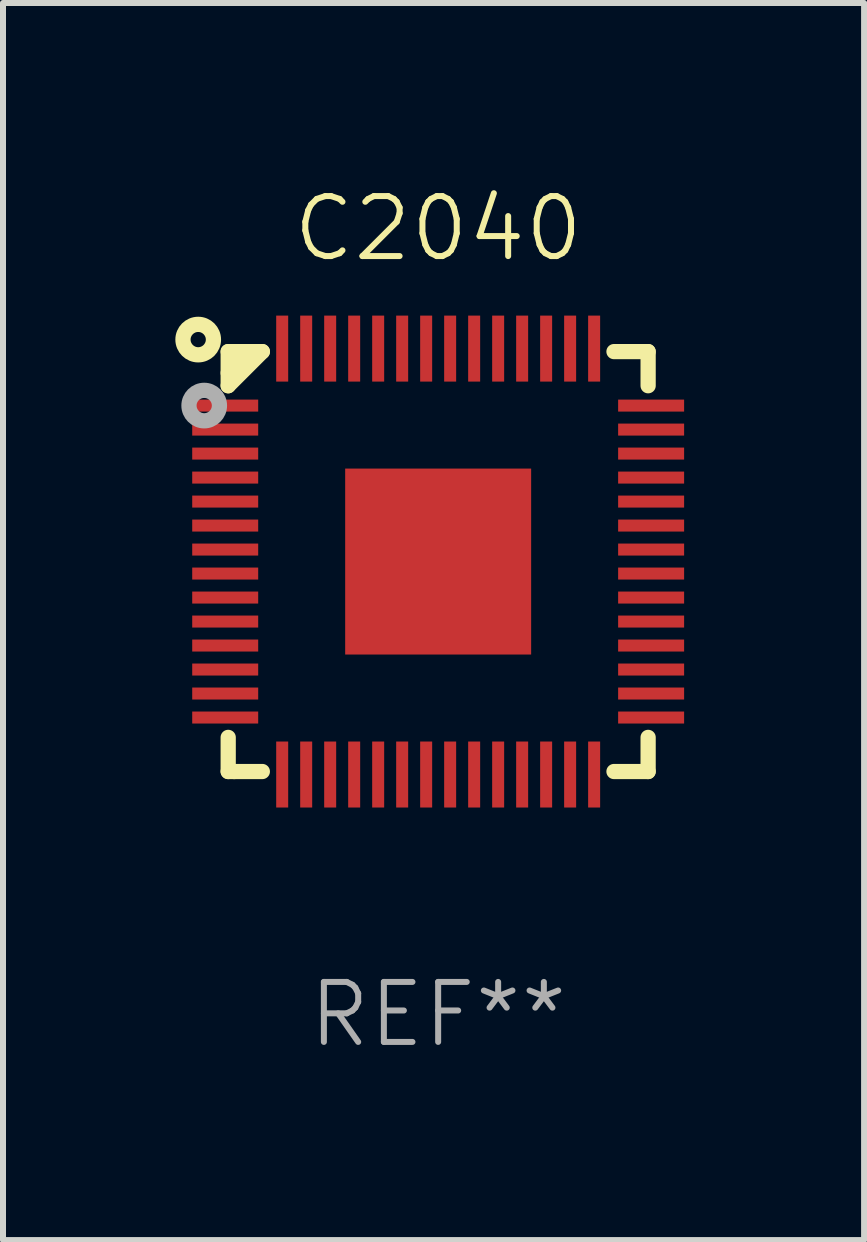
<source format=kicad_pcb>
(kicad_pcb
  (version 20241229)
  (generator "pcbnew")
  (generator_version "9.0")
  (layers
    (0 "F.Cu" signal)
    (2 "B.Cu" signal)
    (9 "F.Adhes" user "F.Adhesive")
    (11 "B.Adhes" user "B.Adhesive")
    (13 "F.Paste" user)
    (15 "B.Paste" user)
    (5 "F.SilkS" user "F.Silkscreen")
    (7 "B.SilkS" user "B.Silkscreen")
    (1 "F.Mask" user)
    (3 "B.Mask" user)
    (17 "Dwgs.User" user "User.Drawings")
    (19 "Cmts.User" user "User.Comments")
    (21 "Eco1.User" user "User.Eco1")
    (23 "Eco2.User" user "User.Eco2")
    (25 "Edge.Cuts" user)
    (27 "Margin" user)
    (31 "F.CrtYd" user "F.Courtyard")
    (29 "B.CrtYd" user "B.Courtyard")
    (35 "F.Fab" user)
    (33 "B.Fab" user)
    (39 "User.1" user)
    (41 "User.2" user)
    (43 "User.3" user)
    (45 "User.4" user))
  (footprint "C2040"
    (layer "F.Cu")
    (at 4.254 6.311)
    (property "Reference" "C2040" (at 0 -5.55 0) (layer "F.SilkS") (effects (font (size 1 1) (thickness 0.1))))
    (fp_line (start -3.5 -3.5) (end -2.931 -3.5) (stroke (width 0.254) (type solid)) (layer "F.SilkS"))
    (fp_line (start -3.5 -2.931) (end -3.5 -3.5) (stroke (width 0.254) (type solid)) (layer "F.SilkS"))
    (fp_line (start -3.5 -2.931) (end -2.931 -3.5) (stroke (width 0.254) (type solid)) (layer "F.SilkS"))
    (fp_line (start -3.5 3.5) (end -3.5 2.931) (stroke (width 0.254) (type solid)) (layer "F.SilkS"))
    (fp_line (start -3.4 3.5) (end -3.5 3.5) (stroke (width 0.254) (type solid)) (layer "F.SilkS"))
    (fp_line (start -3.241 -3.5) (end -3.241 -3.403) (stroke (width 0.254) (type solid)) (layer "F.SilkS"))
    (fp_line (start -3.241 -3.403) (end -3.5 -3.144) (stroke (width 0.254) (type solid)) (layer "F.SilkS"))
    (fp_line (start -2.931 3.5) (end -3.4 3.5) (stroke (width 0.254) (type solid)) (layer "F.SilkS"))
    (fp_line (start 2.931 -3.5) (end 3.5 -3.5) (stroke (width 0.254) (type solid)) (layer "F.SilkS"))
    (fp_line (start 3.5 -3.5) (end 3.5 -2.931) (stroke (width 0.254) (type solid)) (layer "F.SilkS"))
    (fp_line (start 3.5 2.931) (end 3.5 3.5) (stroke (width 0.254) (type solid)) (layer "F.SilkS"))
    (fp_line (start 3.5 3.5) (end 2.931 3.5) (stroke (width 0.254) (type solid)) (layer "F.SilkS"))
    (fp_arc (start -3.873 -3.700152) (mid -4.127 -3.700152) (end -3.873 -3.700152) (stroke (width 0.254001) (type solid)) (layer "F.SilkS"))
    (fp_arc (start -3.470155 -3.5) (mid -3.530099 -3.5) (end -3.470155 -3.5) (stroke (width 0.059995) (type solid)) (layer "F.SilkS"))
    (fp_arc (start -3.772924 -2.600076) (mid -4.026924 -2.600076) (end -3.772924 -2.600076) (stroke (width 0.254001) (type solid)) (layer "F.Fab"))
    (fp_text user "REF**" (at 0 7.55 0) (layer "F.Fab") (effects (font (size 1 1) (thickness 0.1))))
    (pad "1" smd rect (at -3.55 -2.6) (size 1.1 0.2) (layers "F.Cu" "F.Mask" "F.Paste"))
    (pad "2" smd rect (at -3.55 -2.2) (size 1.1 0.2) (layers "F.Cu" "F.Mask" "F.Paste"))
    (pad "3" smd rect (at -3.55 -1.8) (size 1.1 0.2) (layers "F.Cu" "F.Mask" "F.Paste"))
    (pad "4" smd rect (at -3.55 -1.4) (size 1.1 0.2) (layers "F.Cu" "F.Mask" "F.Paste"))
    (pad "5" smd rect (at -3.55 -1) (size 1.1 0.2) (layers "F.Cu" "F.Mask" "F.Paste"))
    (pad "6" smd rect (at -3.55 -0.6) (size 1.1 0.2) (layers "F.Cu" "F.Mask" "F.Paste"))
    (pad "7" smd rect (at -3.55 -0.2) (size 1.1 0.2) (layers "F.Cu" "F.Mask" "F.Paste"))
    (pad "8" smd rect (at -3.55 0.2) (size 1.1 0.2) (layers "F.Cu" "F.Mask" "F.Paste"))
    (pad "9" smd rect (at -3.55 0.6) (size 1.1 0.2) (layers "F.Cu" "F.Mask" "F.Paste"))
    (pad "10" smd rect (at -3.55 1) (size 1.1 0.2) (layers "F.Cu" "F.Mask" "F.Paste"))
    (pad "11" smd rect (at -3.55 1.4) (size 1.1 0.2) (layers "F.Cu" "F.Mask" "F.Paste"))
    (pad "12" smd rect (at -3.55 1.8) (size 1.1 0.2) (layers "F.Cu" "F.Mask" "F.Paste"))
    (pad "13" smd rect (at -3.55 2.2) (size 1.1 0.2) (layers "F.Cu" "F.Mask" "F.Paste"))
    (pad "14" smd rect (at -3.55 2.6) (size 1.1 0.2) (layers "F.Cu" "F.Mask" "F.Paste"))
    (pad "15" smd rect (at -2.6 3.55 90) (size 1.1 0.2) (layers "F.Cu" "F.Mask" "F.Paste"))
    (pad "16" smd rect (at -2.2 3.55 90) (size 1.1 0.2) (layers "F.Cu" "F.Mask" "F.Paste"))
    (pad "17" smd rect (at -1.8 3.55 90) (size 1.1 0.2) (layers "F.Cu" "F.Mask" "F.Paste"))
    (pad "18" smd rect (at -1.4 3.55 90) (size 1.1 0.2) (layers "F.Cu" "F.Mask" "F.Paste"))
    (pad "19" smd rect (at -1 3.55 90) (size 1.1 0.2) (layers "F.Cu" "F.Mask" "F.Paste"))
    (pad "20" smd rect (at -0.6 3.55 90) (size 1.1 0.2) (layers "F.Cu" "F.Mask" "F.Paste"))
    (pad "21" smd rect (at -0.2 3.55 90) (size 1.1 0.2) (layers "F.Cu" "F.Mask" "F.Paste"))
    (pad "22" smd rect (at 0.2 3.55 90) (size 1.1 0.2) (layers "F.Cu" "F.Mask" "F.Paste"))
    (pad "23" smd rect (at 0.6 3.55 90) (size 1.1 0.2) (layers "F.Cu" "F.Mask" "F.Paste"))
    (pad "24" smd rect (at 1 3.55 90) (size 1.1 0.2) (layers "F.Cu" "F.Mask" "F.Paste"))
    (pad "25" smd rect (at 1.4 3.55 90) (size 1.1 0.2) (layers "F.Cu" "F.Mask" "F.Paste"))
    (pad "26" smd rect (at 1.8 3.55 90) (size 1.1 0.2) (layers "F.Cu" "F.Mask" "F.Paste"))
    (pad "27" smd rect (at 2.2 3.55 90) (size 1.1 0.2) (layers "F.Cu" "F.Mask" "F.Paste"))
    (pad "28" smd rect (at 2.6 3.55 90) (size 1.1 0.2) (layers "F.Cu" "F.Mask" "F.Paste"))
    (pad "29" smd rect (at 3.55 2.6 180) (size 1.1 0.2) (layers "F.Cu" "F.Mask" "F.Paste"))
    (pad "30" smd rect (at 3.55 2.2 180) (size 1.1 0.2) (layers "F.Cu" "F.Mask" "F.Paste"))
    (pad "31" smd rect (at 3.55 1.8 180) (size 1.1 0.2) (layers "F.Cu" "F.Mask" "F.Paste"))
    (pad "32" smd rect (at 3.55 1.4 180) (size 1.1 0.2) (layers "F.Cu" "F.Mask" "F.Paste"))
    (pad "33" smd rect (at 3.55 1 180) (size 1.1 0.2) (layers "F.Cu" "F.Mask" "F.Paste"))
    (pad "34" smd rect (at 3.55 0.6 180) (size 1.1 0.2) (layers "F.Cu" "F.Mask" "F.Paste"))
    (pad "35" smd rect (at 3.55 0.2 180) (size 1.1 0.2) (layers "F.Cu" "F.Mask" "F.Paste"))
    (pad "36" smd rect (at 3.55 -0.2 180) (size 1.1 0.2) (layers "F.Cu" "F.Mask" "F.Paste"))
    (pad "37" smd rect (at 3.55 -0.6 180) (size 1.1 0.2) (layers "F.Cu" "F.Mask" "F.Paste"))
    (pad "38" smd rect (at 3.55 -1 180) (size 1.1 0.2) (layers "F.Cu" "F.Mask" "F.Paste"))
    (pad "39" smd rect (at 3.55 -1.4 180) (size 1.1 0.2) (layers "F.Cu" "F.Mask" "F.Paste"))
    (pad "40" smd rect (at 3.55 -1.8 180) (size 1.1 0.2) (layers "F.Cu" "F.Mask" "F.Paste"))
    (pad "41" smd rect (at 3.55 -2.2 180) (size 1.1 0.2) (layers "F.Cu" "F.Mask" "F.Paste"))
    (pad "42" smd rect (at 3.55 -2.6 180) (size 1.1 0.2) (layers "F.Cu" "F.Mask" "F.Paste"))
    (pad "43" smd rect (at 2.6 -3.55 270) (size 1.1 0.2) (layers "F.Cu" "F.Mask" "F.Paste"))
    (pad "44" smd rect (at 2.2 -3.55 270) (size 1.1 0.2) (layers "F.Cu" "F.Mask" "F.Paste"))
    (pad "45" smd rect (at 1.8 -3.55 270) (size 1.1 0.2) (layers "F.Cu" "F.Mask" "F.Paste"))
    (pad "46" smd rect (at 1.4 -3.55 270) (size 1.1 0.2) (layers "F.Cu" "F.Mask" "F.Paste"))
    (pad "47" smd rect (at 1 -3.55 270) (size 1.1 0.2) (layers "F.Cu" "F.Mask" "F.Paste"))
    (pad "48" smd rect (at 0.6 -3.55 270) (size 1.1 0.2) (layers "F.Cu" "F.Mask" "F.Paste"))
    (pad "49" smd rect (at 0.2 -3.55 270) (size 1.1 0.2) (layers "F.Cu" "F.Mask" "F.Paste"))
    (pad "50" smd rect (at -0.2 -3.55 270) (size 1.1 0.2) (layers "F.Cu" "F.Mask" "F.Paste"))
    (pad "51" smd rect (at -0.6 -3.55 270) (size 1.1 0.2) (layers "F.Cu" "F.Mask" "F.Paste"))
    (pad "52" smd rect (at -1 -3.55 270) (size 1.1 0.2) (layers "F.Cu" "F.Mask" "F.Paste"))
    (pad "53" smd rect (at -1.4 -3.55 270) (size 1.1 0.2) (layers "F.Cu" "F.Mask" "F.Paste"))
    (pad "54" smd rect (at -1.8 -3.55 270) (size 1.1 0.2) (layers "F.Cu" "F.Mask" "F.Paste"))
    (pad "55" smd rect (at -2.2 -3.55 270) (size 1.1 0.2) (layers "F.Cu" "F.Mask" "F.Paste"))
    (pad "56" smd rect (at -2.6 -3.55 270) (size 1.1 0.2) (layers "F.Cu" "F.Mask" "F.Paste"))
    (pad "57" smd rect (at 0 -0.000127) (size 3.1 3.1) (layers "F.Cu" "F.Mask" "F.Paste")))
  (gr_rect
    (start -3 -3)
    (end 11.354 17.621)
    (stroke (width 0.1) (type default))
    (fill no)
    (layer "Edge.Cuts")))
</source>
